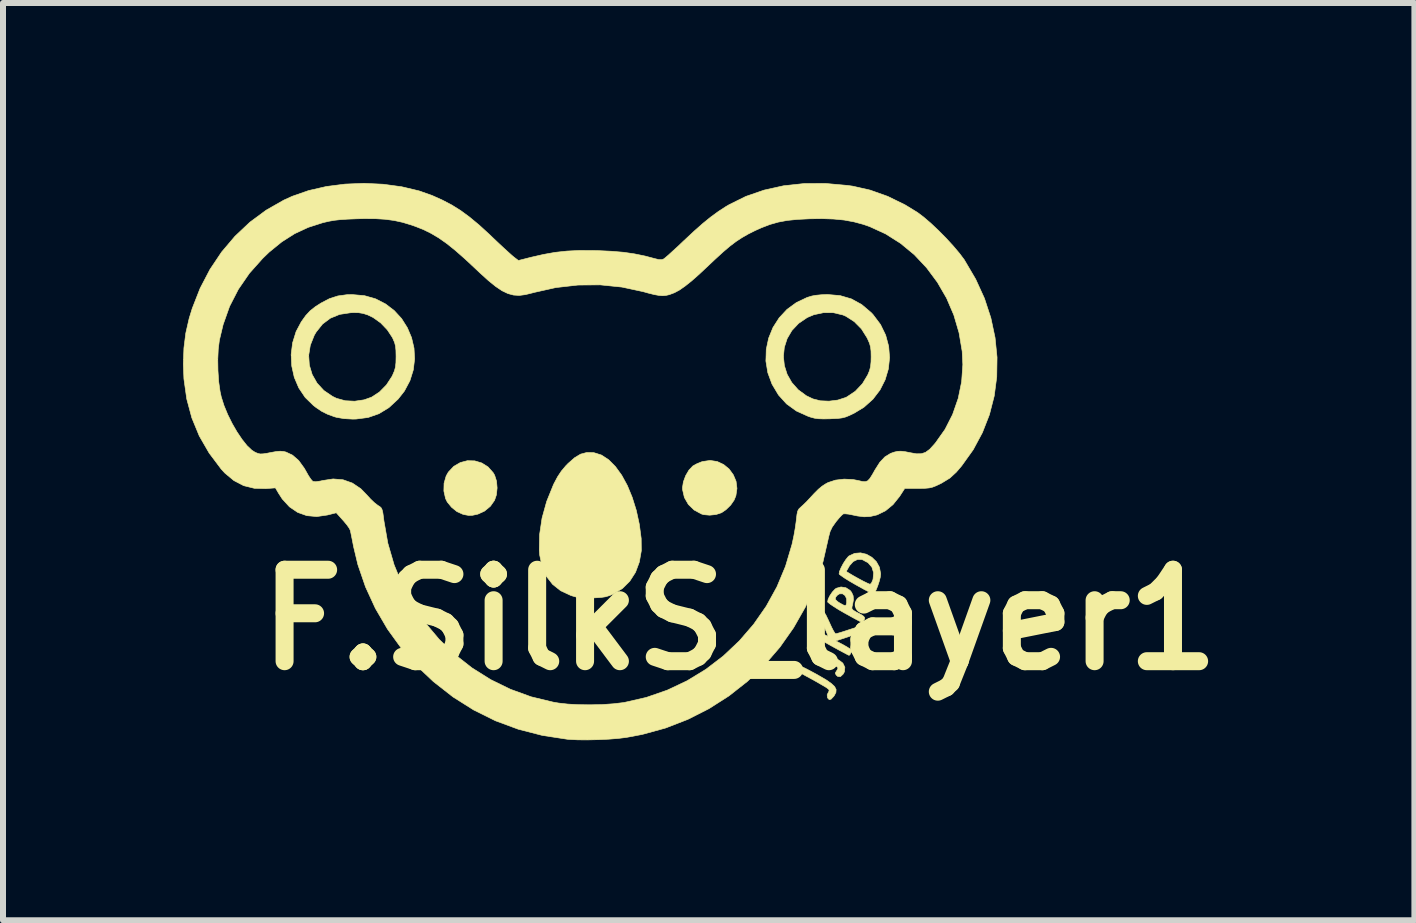
<source format=kicad_pcb>
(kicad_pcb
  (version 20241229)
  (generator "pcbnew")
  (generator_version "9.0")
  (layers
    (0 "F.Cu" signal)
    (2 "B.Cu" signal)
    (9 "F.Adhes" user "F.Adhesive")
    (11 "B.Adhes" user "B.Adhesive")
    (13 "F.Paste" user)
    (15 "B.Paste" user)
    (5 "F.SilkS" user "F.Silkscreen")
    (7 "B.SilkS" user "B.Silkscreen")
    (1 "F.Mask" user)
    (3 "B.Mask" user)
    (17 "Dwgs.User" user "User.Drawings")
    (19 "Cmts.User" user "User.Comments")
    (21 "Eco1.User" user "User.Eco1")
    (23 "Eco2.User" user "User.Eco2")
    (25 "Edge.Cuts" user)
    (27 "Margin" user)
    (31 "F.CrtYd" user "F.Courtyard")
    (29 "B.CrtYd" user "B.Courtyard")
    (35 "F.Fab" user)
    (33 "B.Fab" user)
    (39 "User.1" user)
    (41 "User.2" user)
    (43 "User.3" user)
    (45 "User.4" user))
  (footprint "F.SilkS_layer1"
    (layer "F.Cu")
    (at 9.276 7.279)
    (property "Reference" "F.SilkS_layer1" (at 0 0 0) (layer "F.SilkS") (effects (font (size 1.524 1.524) (thickness 0.3))))
    (attr through_hole)
    (fp_poly (pts (xy -4.415 -2.649) (xy -4.298 -2.614) (xy -4.193 -2.548) (xy -4.107 -2.451) (xy -4.083 -2.409) (xy -4.052 -2.312) (xy -4.042 -2.197) (xy -4.054 -2.082) (xy -4.085 -1.991) (xy -4.155 -1.892) (xy -4.252 -1.812) (xy -4.361 -1.762) (xy -4.372 -1.759) (xy -4.452 -1.742) (xy -4.516 -1.74) (xy -4.588 -1.753) (xy -4.618 -1.761) (xy -4.712 -1.804) (xy -4.801 -1.876) (xy -4.873 -1.964) (xy -4.901 -2.021) (xy -4.929 -2.146) (xy -4.926 -2.276) (xy -4.891 -2.397) (xy -4.855 -2.461) (xy -4.764 -2.558) (xy -4.655 -2.621) (xy -4.537 -2.652) (xy -4.415 -2.649)) (stroke (width 0.01) (type solid)) (fill yes) (layer "F.SilkS"))
    (fp_poly (pts (xy -0.374 -2.638) (xy -0.267 -2.588) (xy -0.176 -2.513) (xy -0.106 -2.417) (xy -0.06 -2.308) (xy -0.045 -2.189) (xy -0.063 -2.068) (xy -0.093 -1.994) (xy -0.15 -1.912) (xy -0.229 -1.835) (xy -0.302 -1.785) (xy -0.393 -1.755) (xy -0.5 -1.744) (xy -0.601 -1.753) (xy -0.637 -1.764) (xy -0.759 -1.83) (xy -0.855 -1.923) (xy -0.921 -2.038) (xy -0.951 -2.167) (xy -0.953 -2.201) (xy -0.938 -2.299) (xy -0.9 -2.402) (xy -0.846 -2.494) (xy -0.783 -2.561) (xy -0.78 -2.564) (xy -0.719 -2.598) (xy -0.643 -2.63) (xy -0.618 -2.638) (xy -0.493 -2.656) (xy -0.374 -2.638)) (stroke (width 0.01) (type solid)) (fill yes) (layer "F.SilkS"))
    (fp_poly (pts (xy 1.208 0.424) (xy 1.261 0.447) (xy 1.34 0.487) (xy 1.432 0.538) (xy 1.528 0.594) (xy 1.612 0.646) (xy 1.678 0.689) (xy 1.716 0.719) (xy 1.72 0.723) (xy 1.753 0.791) (xy 1.746 0.865) (xy 1.724 0.905) (xy 1.68 0.946) (xy 1.637 0.945) (xy 1.608 0.92) (xy 1.593 0.889) (xy 1.611 0.856) (xy 1.615 0.851) (xy 1.636 0.814) (xy 1.634 0.791) (xy 1.611 0.773) (xy 1.558 0.739) (xy 1.483 0.694) (xy 1.393 0.643) (xy 1.381 0.637) (xy 1.278 0.578) (xy 1.208 0.535) (xy 1.167 0.502) (xy 1.149 0.474) (xy 1.151 0.448) (xy 1.162 0.426) (xy 1.177 0.418) (xy 1.208 0.424)) (stroke (width 0.01) (type solid)) (fill yes) (layer "F.SilkS"))
    (fp_poly (pts (xy 1.063 0.793) (xy 1.117 0.82) (xy 1.193 0.86) (xy 1.284 0.909) (xy 1.31 0.924) (xy 1.436 0.997) (xy 1.525 1.059) (xy 1.582 1.112) (xy 1.607 1.161) (xy 1.604 1.21) (xy 1.577 1.262) (xy 1.565 1.278) (xy 1.523 1.322) (xy 1.492 1.33) (xy 1.466 1.302) (xy 1.464 1.298) (xy 1.458 1.25) (xy 1.475 1.214) (xy 1.491 1.183) (xy 1.486 1.161) (xy 1.453 1.134) (xy 1.425 1.116) (xy 1.368 1.083) (xy 1.289 1.037) (xy 1.201 0.988) (xy 1.175 0.974) (xy 1.099 0.933) (xy 1.04 0.9) (xy 1.004 0.88) (xy 0.998 0.877) (xy 0.997 0.853) (xy 1.01 0.817) (xy 1.029 0.788) (xy 1.038 0.783) (xy 1.063 0.793)) (stroke (width 0.01) (type solid)) (fill yes) (layer "F.SilkS"))
    (fp_poly (pts (xy -2.442 -2.787) (xy -2.427 -2.785) (xy -2.303 -2.746) (xy -2.184 -2.668) (xy -2.071 -2.555) (xy -1.966 -2.41) (xy -1.872 -2.238) (xy -1.791 -2.042) (xy -1.723 -1.825) (xy -1.672 -1.591) (xy -1.641 -1.355) (xy -1.639 -1.151) (xy -1.672 -0.963) (xy -1.736 -0.792) (xy -1.831 -0.644) (xy -1.953 -0.523) (xy -2.102 -0.432) (xy -2.104 -0.431) (xy -2.172 -0.403) (xy -2.236 -0.384) (xy -2.31 -0.373) (xy -2.406 -0.367) (xy -2.455 -0.365) (xy -2.566 -0.364) (xy -2.649 -0.367) (xy -2.719 -0.378) (xy -2.789 -0.398) (xy -2.816 -0.407) (xy -2.983 -0.485) (xy -3.117 -0.591) (xy -3.221 -0.725) (xy -3.292 -0.887) (xy -3.332 -1.077) (xy -3.339 -1.157) (xy -3.334 -1.421) (xy -3.293 -1.696) (xy -3.216 -1.973) (xy -3.106 -2.245) (xy -3.097 -2.265) (xy -3.034 -2.384) (xy -2.971 -2.479) (xy -2.897 -2.567) (xy -2.86 -2.605) (xy -2.751 -2.701) (xy -2.651 -2.761) (xy -2.55 -2.788) (xy -2.442 -2.787)) (stroke (width 0.01) (type solid)) (fill yes) (layer "F.SilkS"))
    (fp_poly (pts (xy 1.77 -0.535) (xy 1.839 -0.491) (xy 1.865 -0.459) (xy 1.891 -0.401) (xy 1.896 -0.335) (xy 1.881 -0.25) (xy 1.872 -0.218) (xy 1.87 -0.187) (xy 1.891 -0.161) (xy 1.942 -0.13) (xy 1.951 -0.126) (xy 2.025 -0.087) (xy 2.067 -0.058) (xy 2.083 -0.034) (xy 2.079 -0.009) (xy 2.073 0.002) (xy 2.05 0.034) (xy 2.037 0.042) (xy 2.014 0.031) (xy 1.961 0.004) (xy 1.885 -0.037) (xy 1.793 -0.088) (xy 1.746 -0.114) (xy 1.649 -0.17) (xy 1.567 -0.222) (xy 1.505 -0.264) (xy 1.471 -0.292) (xy 1.466 -0.299) (xy 1.474 -0.342) (xy 1.488 -0.372) (xy 1.595 -0.372) (xy 1.596 -0.338) (xy 1.633 -0.303) (xy 1.667 -0.281) (xy 1.726 -0.248) (xy 1.758 -0.237) (xy 1.774 -0.249) (xy 1.783 -0.282) (xy 1.782 -0.352) (xy 1.756 -0.405) (xy 1.714 -0.434) (xy 1.663 -0.433) (xy 1.628 -0.411) (xy 1.595 -0.372) (xy 1.488 -0.372) (xy 1.503 -0.402) (xy 1.544 -0.463) (xy 1.589 -0.511) (xy 1.61 -0.526) (xy 1.689 -0.548) (xy 1.77 -0.535)) (stroke (width 0.01) (type solid)) (fill yes) (layer "F.SilkS"))
    (fp_poly (pts (xy 2.113 -1.093) (xy 2.203 -1.042) (xy 2.278 -0.969) (xy 2.329 -0.877) (xy 2.349 -0.77) (xy 2.349 -0.762) (xy 2.343 -0.709) (xy 2.325 -0.639) (xy 2.3 -0.564) (xy 2.273 -0.497) (xy 2.247 -0.449) (xy 2.23 -0.432) (xy 2.206 -0.44) (xy 2.153 -0.466) (xy 2.076 -0.506) (xy 1.984 -0.557) (xy 1.937 -0.583) (xy 1.84 -0.639) (xy 1.757 -0.69) (xy 1.696 -0.732) (xy 1.661 -0.759) (xy 1.657 -0.766) (xy 1.664 -0.806) (xy 1.776 -0.806) (xy 1.825 -0.776) (xy 1.899 -0.732) (xy 1.98 -0.687) (xy 2.058 -0.645) (xy 2.123 -0.613) (xy 2.165 -0.595) (xy 2.174 -0.593) (xy 2.195 -0.611) (xy 2.216 -0.657) (xy 2.223 -0.679) (xy 2.232 -0.785) (xy 2.203 -0.878) (xy 2.139 -0.952) (xy 2.042 -1.003) (xy 2.036 -1.005) (xy 1.963 -1.006) (xy 1.892 -0.971) (xy 1.832 -0.904) (xy 1.823 -0.889) (xy 1.776 -0.806) (xy 1.664 -0.806) (xy 1.664 -0.807) (xy 1.69 -0.869) (xy 1.727 -0.939) (xy 1.77 -1.005) (xy 1.81 -1.054) (xy 1.823 -1.065) (xy 1.916 -1.108) (xy 2.015 -1.116) (xy 2.113 -1.093)) (stroke (width 0.01) (type solid)) (fill yes) (layer "F.SilkS"))
    (fp_poly (pts (xy 1.411 -0.123) (xy 1.438 -0.078) (xy 1.471 -0.01) (xy 1.495 0.042) (xy 1.532 0.123) (xy 1.565 0.187) (xy 1.59 0.225) (xy 1.599 0.233) (xy 1.628 0.226) (xy 1.687 0.209) (xy 1.765 0.184) (xy 1.81 0.169) (xy 1.893 0.142) (xy 1.961 0.12) (xy 2.004 0.108) (xy 2.013 0.106) (xy 2.017 0.123) (xy 2.006 0.164) (xy 2.006 0.166) (xy 1.989 0.196) (xy 1.962 0.221) (xy 1.914 0.245) (xy 1.838 0.273) (xy 1.793 0.288) (xy 1.602 0.351) (xy 1.733 0.42) (xy 1.797 0.457) (xy 1.844 0.488) (xy 1.863 0.507) (xy 1.863 0.508) (xy 1.855 0.546) (xy 1.838 0.581) (xy 1.823 0.592) (xy 1.801 0.582) (xy 1.749 0.554) (xy 1.673 0.514) (xy 1.58 0.463) (xy 1.525 0.433) (xy 1.427 0.378) (xy 1.342 0.33) (xy 1.277 0.293) (xy 1.24 0.271) (xy 1.233 0.266) (xy 1.235 0.243) (xy 1.248 0.212) (xy 1.273 0.167) (xy 1.369 0.221) (xy 1.425 0.252) (xy 1.463 0.271) (xy 1.473 0.275) (xy 1.468 0.258) (xy 1.45 0.211) (xy 1.421 0.145) (xy 1.416 0.134) (xy 1.378 0.03) (xy 1.365 -0.054) (xy 1.376 -0.114) (xy 1.396 -0.137) (xy 1.411 -0.123)) (stroke (width 0.01) (type solid)) (fill yes) (layer "F.SilkS"))
    (fp_poly (pts (xy -6.252 -5.402) (xy -6.067 -5.349) (xy -5.901 -5.264) (xy -5.756 -5.153) (xy -5.634 -5.02) (xy -5.538 -4.868) (xy -5.468 -4.703) (xy -5.427 -4.528) (xy -5.417 -4.347) (xy -5.439 -4.164) (xy -5.495 -3.985) (xy -5.587 -3.812) (xy -5.693 -3.677) (xy -5.846 -3.536) (xy -6.011 -3.435) (xy -6.192 -3.372) (xy -6.392 -3.346) (xy -6.45 -3.345) (xy -6.593 -3.353) (xy -6.716 -3.374) (xy -6.752 -3.384) (xy -6.867 -3.426) (xy -6.962 -3.473) (xy -7.056 -3.536) (xy -7.105 -3.574) (xy -7.241 -3.707) (xy -7.347 -3.865) (xy -7.422 -4.041) (xy -7.464 -4.229) (xy -7.473 -4.408) (xy -7.182 -4.408) (xy -7.171 -4.244) (xy -7.124 -4.088) (xy -7.043 -3.945) (xy -6.93 -3.822) (xy -6.786 -3.724) (xy -6.718 -3.691) (xy -6.573 -3.651) (xy -6.416 -3.643) (xy -6.259 -3.666) (xy -6.133 -3.711) (xy -6.002 -3.797) (xy -5.886 -3.915) (xy -5.794 -4.056) (xy -5.782 -4.081) (xy -5.753 -4.149) (xy -5.736 -4.212) (xy -5.728 -4.285) (xy -5.726 -4.383) (xy -5.726 -4.392) (xy -5.728 -4.49) (xy -5.735 -4.561) (xy -5.75 -4.62) (xy -5.777 -4.683) (xy -5.788 -4.706) (xy -5.872 -4.833) (xy -5.982 -4.948) (xy -6.108 -5.038) (xy -6.197 -5.081) (xy -6.275 -5.106) (xy -6.349 -5.118) (xy -6.438 -5.12) (xy -6.488 -5.117) (xy -6.666 -5.09) (xy -6.82 -5.027) (xy -6.951 -4.929) (xy -7.057 -4.796) (xy -7.089 -4.742) (xy -7.155 -4.576) (xy -7.182 -4.408) (xy -7.473 -4.408) (xy -7.474 -4.423) (xy -7.45 -4.616) (xy -7.392 -4.803) (xy -7.306 -4.965) (xy -7.232 -5.069) (xy -7.158 -5.149) (xy -7.07 -5.219) (xy -6.974 -5.28) (xy -6.834 -5.353) (xy -6.697 -5.397) (xy -6.546 -5.418) (xy -6.456 -5.42) (xy -6.252 -5.402)) (stroke (width 0.01) (type solid)) (fill yes) (layer "F.SilkS"))
    (fp_poly (pts (xy 1.674 -5.403) (xy 1.862 -5.348) (xy 2.033 -5.254) (xy 2.19 -5.121) (xy 2.223 -5.086) (xy 2.347 -4.921) (xy 2.433 -4.744) (xy 2.483 -4.558) (xy 2.498 -4.369) (xy 2.478 -4.181) (xy 2.424 -4) (xy 2.338 -3.83) (xy 2.22 -3.676) (xy 2.071 -3.543) (xy 1.91 -3.445) (xy 1.829 -3.406) (xy 1.765 -3.38) (xy 1.706 -3.365) (xy 1.636 -3.356) (xy 1.541 -3.352) (xy 1.508 -3.35) (xy 1.397 -3.348) (xy 1.315 -3.351) (xy 1.248 -3.36) (xy 1.181 -3.378) (xy 1.138 -3.393) (xy 0.945 -3.48) (xy 0.782 -3.598) (xy 0.647 -3.747) (xy 0.539 -3.928) (xy 0.469 -4.118) (xy 0.437 -4.313) (xy 0.44 -4.389) (xy 0.729 -4.389) (xy 0.745 -4.237) (xy 0.791 -4.091) (xy 0.868 -3.955) (xy 0.975 -3.834) (xy 1.111 -3.734) (xy 1.22 -3.682) (xy 1.346 -3.65) (xy 1.489 -3.644) (xy 1.635 -3.662) (xy 1.767 -3.705) (xy 1.787 -3.715) (xy 1.927 -3.809) (xy 2.046 -3.935) (xy 2.134 -4.081) (xy 2.164 -4.153) (xy 2.181 -4.219) (xy 2.189 -4.298) (xy 2.191 -4.382) (xy 2.189 -4.478) (xy 2.181 -4.548) (xy 2.163 -4.611) (xy 2.131 -4.683) (xy 2.121 -4.703) (xy 2.029 -4.849) (xy 1.91 -4.969) (xy 1.772 -5.058) (xy 1.719 -5.081) (xy 1.562 -5.118) (xy 1.397 -5.119) (xy 1.235 -5.084) (xy 1.126 -5.038) (xy 0.982 -4.94) (xy 0.87 -4.821) (xy 0.791 -4.686) (xy 0.744 -4.54) (xy 0.729 -4.389) (xy 0.44 -4.389) (xy 0.443 -4.506) (xy 0.483 -4.694) (xy 0.555 -4.871) (xy 0.658 -5.032) (xy 0.788 -5.172) (xy 0.945 -5.287) (xy 1.124 -5.372) (xy 1.203 -5.396) (xy 1.268 -5.408) (xy 1.358 -5.417) (xy 1.455 -5.421) (xy 1.467 -5.421) (xy 1.674 -5.403)) (stroke (width 0.01) (type solid)) (fill yes) (layer "F.SilkS"))
    (fp_poly (pts (xy -5.942 -7.259) (xy -5.633 -7.217) (xy -5.342 -7.148) (xy -5.122 -7.07) (xy -4.953 -6.994) (xy -4.798 -6.913) (xy -4.649 -6.82) (xy -4.501 -6.711) (xy -4.344 -6.581) (xy -4.171 -6.423) (xy -4.115 -6.369) (xy -4.02 -6.279) (xy -3.93 -6.195) (xy -3.852 -6.124) (xy -3.793 -6.071) (xy -3.762 -6.045) (xy -3.687 -5.988) (xy -3.479 -6.041) (xy -3.269 -6.089) (xy -3.073 -6.124) (xy -2.879 -6.145) (xy -2.674 -6.155) (xy -2.444 -6.154) (xy -2.371 -6.153) (xy -2.137 -6.142) (xy -1.934 -6.125) (xy -1.75 -6.098) (xy -1.575 -6.062) (xy -1.425 -6.022) (xy -1.348 -6.003) (xy -1.296 -6.003) (xy -1.269 -6.012) (xy -1.241 -6.033) (xy -1.187 -6.079) (xy -1.115 -6.145) (xy -1.028 -6.224) (xy -0.934 -6.314) (xy -0.927 -6.32) (xy -0.76 -6.476) (xy -0.613 -6.606) (xy -0.481 -6.713) (xy -0.355 -6.805) (xy -0.229 -6.887) (xy -0.176 -6.918) (xy 0.103 -7.056) (xy 0.407 -7.161) (xy 0.731 -7.233) (xy 1.072 -7.27) (xy 1.428 -7.272) (xy 1.796 -7.239) (xy 1.883 -7.227) (xy 2.174 -7.161) (xy 2.467 -7.057) (xy 2.755 -6.916) (xy 2.963 -6.789) (xy 3.065 -6.712) (xy 3.184 -6.61) (xy 3.311 -6.49) (xy 3.439 -6.361) (xy 3.559 -6.23) (xy 3.663 -6.107) (xy 3.744 -5.999) (xy 3.749 -5.99) (xy 3.933 -5.677) (xy 4.079 -5.357) (xy 4.186 -5.031) (xy 4.256 -4.702) (xy 4.289 -4.374) (xy 4.284 -4.049) (xy 4.242 -3.73) (xy 4.162 -3.419) (xy 4.045 -3.12) (xy 3.892 -2.835) (xy 3.701 -2.568) (xy 3.61 -2.461) (xy 3.502 -2.362) (xy 3.366 -2.279) (xy 3.349 -2.27) (xy 3.273 -2.234) (xy 3.214 -2.211) (xy 3.158 -2.198) (xy 3.09 -2.192) (xy 2.997 -2.19) (xy 2.97 -2.19) (xy 2.751 -2.19) (xy 2.665 -2.057) (xy 2.555 -1.92) (xy 2.43 -1.817) (xy 2.293 -1.75) (xy 2.279 -1.746) (xy 2.174 -1.722) (xy 2.073 -1.717) (xy 1.961 -1.731) (xy 1.89 -1.746) (xy 1.816 -1.761) (xy 1.757 -1.767) (xy 1.728 -1.766) (xy 1.701 -1.744) (xy 1.658 -1.698) (xy 1.607 -1.637) (xy 1.602 -1.63) (xy 1.543 -1.547) (xy 1.507 -1.472) (xy 1.484 -1.387) (xy 1.481 -1.372) (xy 1.389 -0.969) (xy 1.26 -0.582) (xy 1.096 -0.215) (xy 0.899 0.131) (xy 0.671 0.455) (xy 0.414 0.753) (xy 0.13 1.025) (xy -0.179 1.268) (xy -0.511 1.48) (xy -0.864 1.659) (xy -1.235 1.803) (xy -1.624 1.91) (xy -1.884 1.959) (xy -2.02 1.976) (xy -2.183 1.989) (xy -2.358 1.997) (xy -2.534 2.001) (xy -2.697 2) (xy -2.835 1.993) (xy -2.872 1.99) (xy -3.289 1.926) (xy -3.689 1.823) (xy -4.07 1.682) (xy -4.433 1.502) (xy -4.777 1.285) (xy -5.103 1.03) (xy -5.368 0.78) (xy -5.634 0.479) (xy -5.869 0.154) (xy -6.07 -0.19) (xy -6.235 -0.549) (xy -6.362 -0.919) (xy -6.434 -1.22) (xy -6.453 -1.318) (xy -6.47 -1.403) (xy -6.483 -1.466) (xy -6.489 -1.492) (xy -6.507 -1.528) (xy -6.546 -1.583) (xy -6.599 -1.647) (xy -6.61 -1.659) (xy -6.722 -1.784) (xy -6.869 -1.747) (xy -7.047 -1.721) (xy -7.213 -1.736) (xy -7.365 -1.79) (xy -7.502 -1.883) (xy -7.622 -2.014) (xy -7.686 -2.113) (xy -7.736 -2.199) (xy -7.897 -2.187) (xy -8.088 -2.192) (xy -8.266 -2.236) (xy -8.429 -2.321) (xy -8.579 -2.446) (xy -8.639 -2.511) (xy -8.841 -2.78) (xy -9.005 -3.064) (xy -9.129 -3.365) (xy -9.214 -3.681) (xy -9.261 -4.015) (xy -9.271 -4.264) (xy -9.268 -4.337) (xy -8.697 -4.337) (xy -8.694 -4.152) (xy -8.682 -3.971) (xy -8.659 -3.808) (xy -8.639 -3.715) (xy -8.593 -3.57) (xy -8.531 -3.42) (xy -8.457 -3.271) (xy -8.376 -3.131) (xy -8.292 -3.006) (xy -8.209 -2.902) (xy -8.13 -2.827) (xy -8.075 -2.792) (xy -8.029 -2.773) (xy -7.989 -2.764) (xy -7.941 -2.766) (xy -7.874 -2.776) (xy -7.82 -2.787) (xy -7.725 -2.804) (xy -7.656 -2.81) (xy -7.599 -2.805) (xy -7.561 -2.796) (xy -7.451 -2.744) (xy -7.348 -2.654) (xy -7.256 -2.527) (xy -7.225 -2.473) (xy -7.184 -2.4) (xy -7.145 -2.342) (xy -7.116 -2.31) (xy -7.112 -2.307) (xy -7.065 -2.301) (xy -6.985 -2.313) (xy -6.951 -2.321) (xy -6.775 -2.348) (xy -6.609 -2.334) (xy -6.454 -2.279) (xy -6.314 -2.185) (xy -6.214 -2.082) (xy -6.151 -2.013) (xy -6.087 -1.952) (xy -6.034 -1.911) (xy -6.031 -1.908) (xy -5.996 -1.887) (xy -5.973 -1.865) (xy -5.958 -1.833) (xy -5.946 -1.783) (xy -5.935 -1.704) (xy -5.928 -1.648) (xy -5.863 -1.276) (xy -5.759 -0.918) (xy -5.619 -0.576) (xy -5.446 -0.253) (xy -5.241 0.048) (xy -5.007 0.326) (xy -4.745 0.578) (xy -4.459 0.802) (xy -4.15 0.996) (xy -3.821 1.157) (xy -3.474 1.283) (xy -3.11 1.371) (xy -3.016 1.387) (xy -2.864 1.404) (xy -2.684 1.414) (xy -2.488 1.416) (xy -2.291 1.412) (xy -2.105 1.399) (xy -1.943 1.38) (xy -1.919 1.376) (xy -1.556 1.293) (xy -1.207 1.172) (xy -0.875 1.015) (xy -0.562 0.824) (xy -0.272 0.602) (xy -0.006 0.351) (xy 0.233 0.074) (xy 0.443 -0.227) (xy 0.621 -0.55) (xy 0.764 -0.892) (xy 0.871 -1.252) (xy 0.88 -1.291) (xy 0.904 -1.404) (xy 0.925 -1.523) (xy 0.94 -1.629) (xy 0.945 -1.671) (xy 0.955 -1.757) (xy 0.967 -1.812) (xy 0.987 -1.848) (xy 1.013 -1.873) (xy 1.057 -1.913) (xy 1.115 -1.969) (xy 1.153 -2.01) (xy 1.242 -2.106) (xy 1.312 -2.176) (xy 1.372 -2.226) (xy 1.428 -2.263) (xy 1.472 -2.287) (xy 1.596 -2.328) (xy 1.74 -2.345) (xy 1.889 -2.338) (xy 1.978 -2.321) (xy 2.045 -2.305) (xy 2.094 -2.302) (xy 2.133 -2.316) (xy 2.169 -2.354) (xy 2.211 -2.42) (xy 2.256 -2.5) (xy 2.336 -2.626) (xy 2.42 -2.715) (xy 2.514 -2.773) (xy 2.576 -2.795) (xy 2.633 -2.808) (xy 2.688 -2.81) (xy 2.758 -2.802) (xy 2.837 -2.786) (xy 2.944 -2.767) (xy 3.028 -2.768) (xy 3.098 -2.791) (xy 3.166 -2.841) (xy 3.241 -2.923) (xy 3.264 -2.95) (xy 3.423 -3.175) (xy 3.549 -3.423) (xy 3.642 -3.69) (xy 3.699 -3.968) (xy 3.719 -4.253) (xy 3.708 -4.475) (xy 3.656 -4.783) (xy 3.569 -5.079) (xy 3.448 -5.361) (xy 3.295 -5.625) (xy 3.115 -5.867) (xy 2.91 -6.085) (xy 2.681 -6.274) (xy 2.433 -6.431) (xy 2.167 -6.553) (xy 2.061 -6.59) (xy 1.905 -6.632) (xy 1.743 -6.662) (xy 1.568 -6.679) (xy 1.368 -6.686) (xy 1.167 -6.683) (xy 0.965 -6.673) (xy 0.794 -6.656) (xy 0.644 -6.628) (xy 0.503 -6.588) (xy 0.36 -6.533) (xy 0.258 -6.487) (xy 0.144 -6.43) (xy 0.041 -6.371) (xy -0.06 -6.305) (xy -0.164 -6.226) (xy -0.278 -6.129) (xy -0.408 -6.01) (xy -0.524 -5.901) (xy -0.674 -5.76) (xy -0.802 -5.647) (xy -0.91 -5.561) (xy -1.003 -5.496) (xy -1.087 -5.451) (xy -1.164 -5.422) (xy -1.172 -5.419) (xy -1.228 -5.406) (xy -1.283 -5.401) (xy -1.345 -5.406) (xy -1.423 -5.42) (xy -1.527 -5.446) (xy -1.609 -5.469) (xy -1.962 -5.545) (xy -2.325 -5.582) (xy -2.694 -5.579) (xy -3.063 -5.537) (xy -3.429 -5.455) (xy -3.458 -5.447) (xy -3.572 -5.419) (xy -3.673 -5.406) (xy -3.768 -5.412) (xy -3.862 -5.437) (xy -3.96 -5.484) (xy -4.067 -5.556) (xy -4.188 -5.654) (xy -4.329 -5.782) (xy -4.401 -5.85) (xy -4.58 -6.017) (xy -4.738 -6.156) (xy -4.88 -6.27) (xy -5.012 -6.363) (xy -5.14 -6.439) (xy -5.269 -6.503) (xy -5.406 -6.557) (xy -5.472 -6.58) (xy -5.617 -6.624) (xy -5.759 -6.655) (xy -5.907 -6.675) (xy -6.071 -6.685) (xy -6.262 -6.686) (xy -6.379 -6.683) (xy -6.532 -6.677) (xy -6.653 -6.669) (xy -6.754 -6.658) (xy -6.844 -6.642) (xy -6.935 -6.621) (xy -6.944 -6.619) (xy -7.19 -6.54) (xy -7.416 -6.435) (xy -7.63 -6.299) (xy -7.839 -6.129) (xy -7.949 -6.023) (xy -8.171 -5.774) (xy -8.354 -5.508) (xy -8.5 -5.224) (xy -8.608 -4.92) (xy -8.67 -4.661) (xy -8.689 -4.511) (xy -8.697 -4.337) (xy -9.268 -4.337) (xy -9.261 -4.53) (xy -9.23 -4.777) (xy -9.174 -5.022) (xy -9.123 -5.188) (xy -8.991 -5.525) (xy -8.827 -5.839) (xy -8.633 -6.129) (xy -8.41 -6.392) (xy -8.162 -6.626) (xy -7.89 -6.827) (xy -7.597 -6.994) (xy -7.456 -7.058) (xy -7.184 -7.153) (xy -6.888 -7.221) (xy -6.577 -7.261) (xy -6.259 -7.274) (xy -5.942 -7.259)) (stroke (width 0.01) (type solid)) (fill yes) (layer "F.SilkS")))
  (gr_rect
    (start -3 -3)
    (end 20.52 12.285)
    (stroke (width 0.1) (type default))
    (fill no)
    (layer "Edge.Cuts")))
</source>
